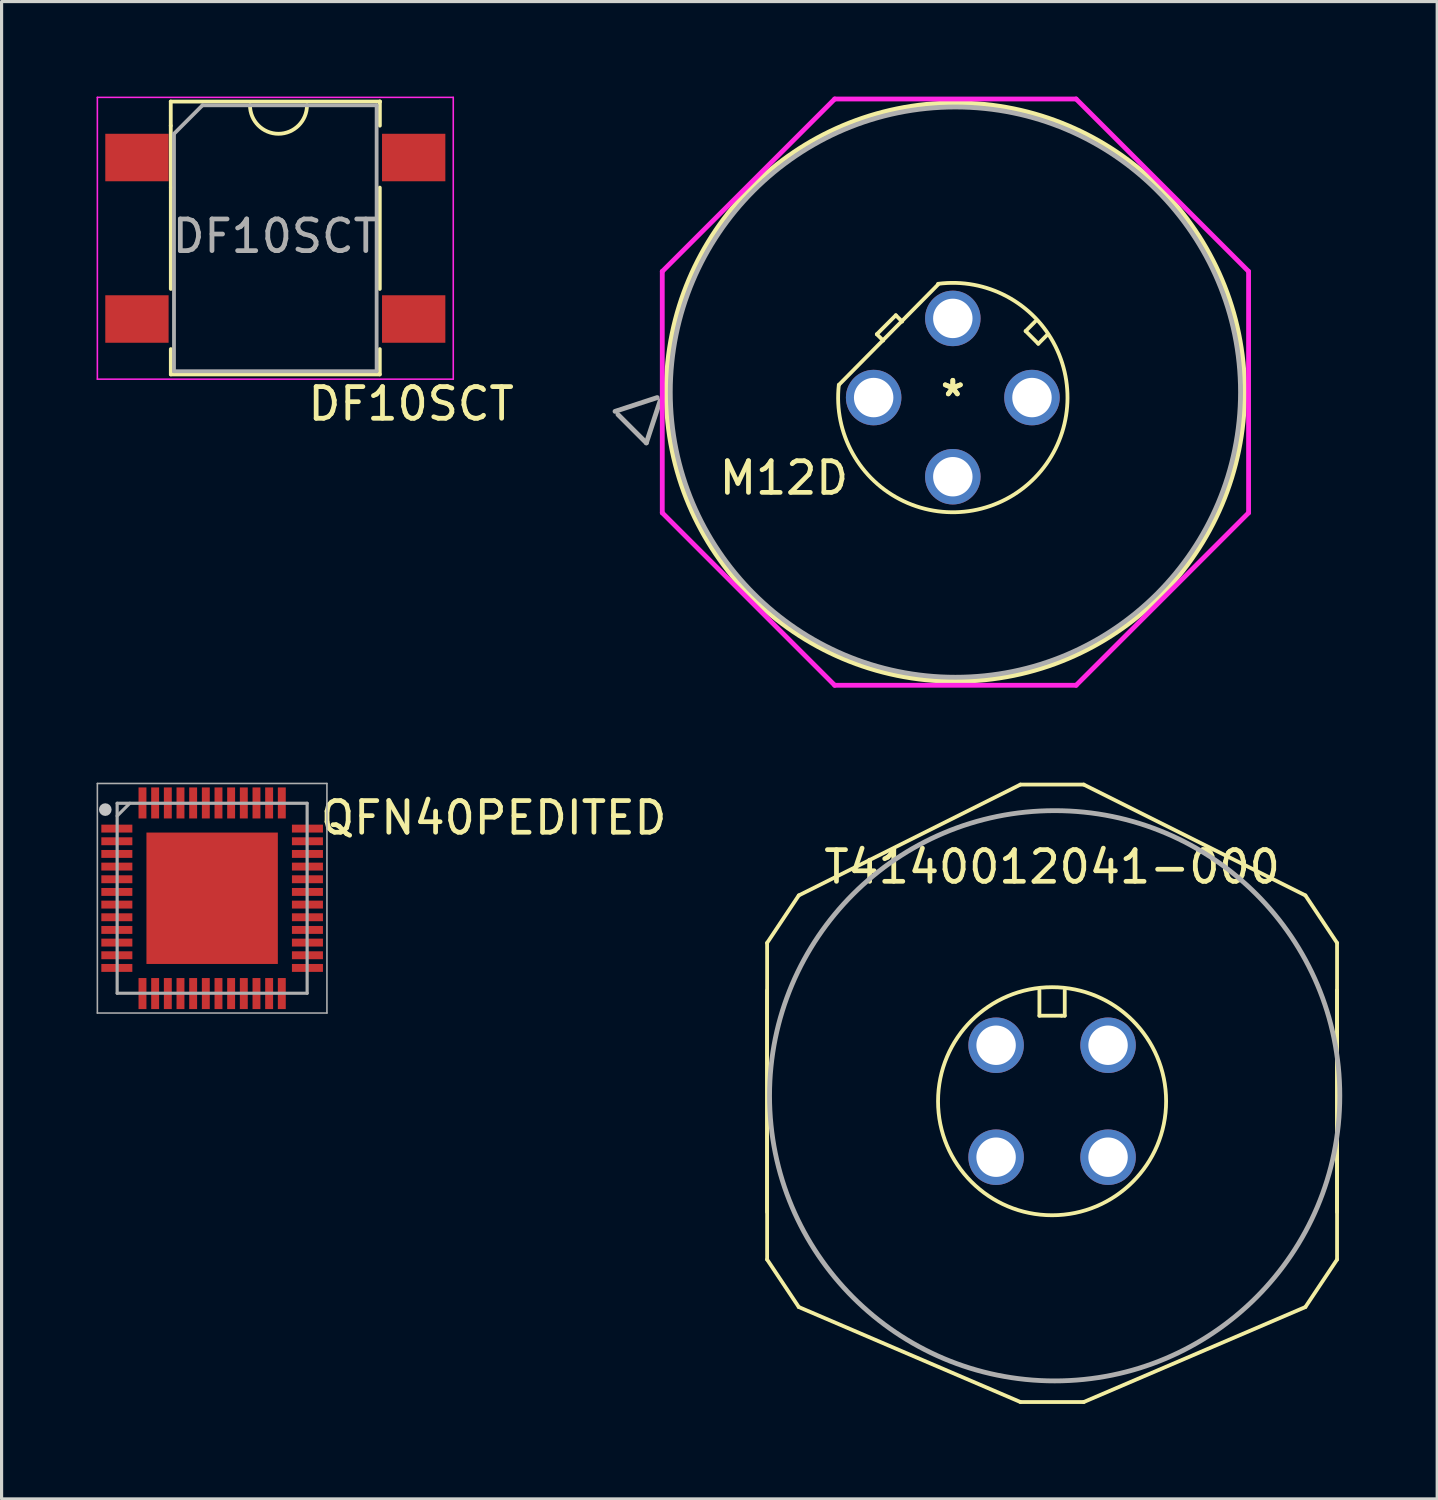
<source format=kicad_pcb>
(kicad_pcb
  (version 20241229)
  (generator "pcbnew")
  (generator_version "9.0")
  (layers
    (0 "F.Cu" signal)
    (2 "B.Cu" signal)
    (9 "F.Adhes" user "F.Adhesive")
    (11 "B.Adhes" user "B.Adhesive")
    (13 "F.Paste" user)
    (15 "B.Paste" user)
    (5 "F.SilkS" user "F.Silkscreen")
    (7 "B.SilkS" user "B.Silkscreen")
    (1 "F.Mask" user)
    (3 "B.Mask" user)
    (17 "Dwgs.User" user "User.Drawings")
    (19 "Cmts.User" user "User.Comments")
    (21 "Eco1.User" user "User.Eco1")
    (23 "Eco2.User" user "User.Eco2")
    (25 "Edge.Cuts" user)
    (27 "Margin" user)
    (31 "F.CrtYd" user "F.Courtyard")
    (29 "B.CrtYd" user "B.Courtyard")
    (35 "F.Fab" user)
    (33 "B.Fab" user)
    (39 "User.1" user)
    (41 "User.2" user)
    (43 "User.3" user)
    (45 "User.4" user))
  (footprint "M12D"
    (layer "F.Cu")
    (at 27.042 9.506)
    (property "Reference" "M12D" (at -5.334 2.54 0) (layer "F.SilkS") (effects (font (size 1 1) (thickness 0.15))))
    (attr through_hole)
    (fp_line (start -2.4 -2) (end -1.8 -2.6) (stroke (width 0.12) (type solid)) (layer "F.SilkS"))
    (fp_line (start -2.2 -1.8) (end -2.4 -2) (stroke (width 0.12) (type solid)) (layer "F.SilkS"))
    (fp_line (start -1.8 -2.6) (end -1.6 -2.4) (stroke (width 0.12) (type solid)) (layer "F.SilkS"))
    (fp_line (start -0.466 -3.57) (end -3.6 -0.4) (stroke (width 0.12) (type solid)) (layer "F.SilkS"))
    (fp_line (start 2.3 -2.1) (end 2.7 -1.7) (stroke (width 0.12) (type solid)) (layer "F.SilkS"))
    (fp_line (start 2.6 -2.4) (end 2.3 -2.1) (stroke (width 0.12) (type solid)) (layer "F.SilkS"))
    (fp_line (start 2.7 -1.7) (end 3 -2) (stroke (width 0.12) (type solid)) (layer "F.SilkS"))
    (fp_arc (start -0.468487 -3.591728) (mid 2.585523 2.536742) (end -3.599999 -0.399999) (stroke (width 0.12) (type solid)) (layer "F.SilkS"))
    (fp_circle (center 0.082 -0.172) (end 9.214 -0.172) (stroke (width 0.152) (type solid)) (fill no) (layer "F.SilkS"))
    (fp_line (start -9.176 -3.984) (end -3.73 -9.43) (stroke (width 0.152) (type solid)) (layer "F.CrtYd"))
    (fp_line (start -9.176 3.64) (end -9.176 -3.984) (stroke (width 0.152) (type solid)) (layer "F.CrtYd"))
    (fp_line (start -3.73 -9.43) (end 3.894 -9.43) (stroke (width 0.152) (type solid)) (layer "F.CrtYd"))
    (fp_line (start -3.73 9.087) (end -9.176 3.64) (stroke (width 0.152) (type solid)) (layer "F.CrtYd"))
    (fp_line (start 3.894 -9.43) (end 9.341 -3.984) (stroke (width 0.152) (type solid)) (layer "F.CrtYd"))
    (fp_line (start 3.894 9.087) (end -3.73 9.087) (stroke (width 0.152) (type solid)) (layer "F.CrtYd"))
    (fp_line (start 9.341 -3.984) (end 9.341 3.64) (stroke (width 0.152) (type solid)) (layer "F.CrtYd"))
    (fp_line (start 9.341 3.64) (end 3.894 9.087) (stroke (width 0.152) (type solid)) (layer "F.CrtYd"))
    (fp_line (start -10.668 0.436) (end -9.336 0) (stroke (width 0.152) (type solid)) (layer "F.Fab"))
    (fp_line (start -9.679 1.432) (end -10.576 0.535) (stroke (width 0.152) (type solid)) (layer "F.Fab"))
    (fp_line (start -9.243 0.099) (end -9.679 1.432) (stroke (width 0.152) (type solid)) (layer "F.Fab"))
    (fp_circle (center 0.082 -0.172) (end 9.087 -0.172) (stroke (width 0.152) (type solid)) (fill no) (layer "F.Fab"))
    (fp_text user "*" (at 0 0 0) (layer "F.SilkS") (effects (font (size 1 1) (thickness 0.15))))
    (fp_text user "*" (at 0 0 0) (layer "F.SilkS") (effects (font (size 1 1) (thickness 0.15))))
    (pad "1" thru_hole circle (at -2.5 0) (size 1.753 1.753) (drill 1.245) (layers "*.Cu" "*.Mask"))
    (pad "2" thru_hole circle (at 0 -2.5) (size 1.753 1.753) (drill 1.245) (layers "*.Cu" "*.Mask"))
    (pad "3" thru_hole circle (at 2.5 0 90) (size 1.753 1.753) (drill 1.245) (layers "*.Cu" "*.Mask"))
    (pad "4" thru_hole circle (at 0 2.5 90) (size 1.753 1.753) (drill 1.245) (layers "*.Cu" "*.Mask")))
  (footprint "DF10SCT"
    (layer "F.Cu")
    (at 5.545 4.375)
    (property "Reference" "DF10SCT" (at 4.39 5.33 180) (layer "F.SilkS") (effects (font (size 1 1) (thickness 0.15))))
    (attr through_hole)
    (fp_line (start -3.202 -4.218) (end -3.202 -3.456) (stroke (width 0.12) (type solid)) (layer "F.SilkS"))
    (fp_line (start -3.202 -4.218) (end 3.402 -4.218) (stroke (width 0.12) (type solid)) (layer "F.SilkS"))
    (fp_line (start -3.2 -1.5) (end -3.202 -3.456) (stroke (width 0.12) (type solid)) (layer "F.SilkS"))
    (fp_line (start -3.2 -1.5) (end -3.2 1.7) (stroke (width 0.12) (type solid)) (layer "F.SilkS"))
    (fp_line (start -3.2 3.6) (end -3.2 4.4) (stroke (width 0.12) (type solid)) (layer "F.SilkS"))
    (fp_line (start -3.2 4.4) (end 3.4 4.4) (stroke (width 0.12) (type solid)) (layer "F.SilkS"))
    (fp_line (start 3.4 -1.5) (end 3.4 1.7) (stroke (width 0.12) (type solid)) (layer "F.SilkS"))
    (fp_line (start 3.4 4.4) (end 3.4 3.6) (stroke (width 0.12) (type solid)) (layer "F.SilkS"))
    (fp_line (start 3.402 -4.218) (end 3.402 -4.218) (stroke (width 0.12) (type solid)) (layer "F.SilkS"))
    (fp_line (start 3.402 -3.456) (end 3.402 -4.218) (stroke (width 0.12) (type solid)) (layer "F.SilkS"))
    (fp_arc (start 1.1 -4.1) (mid 0.2 -3.2) (end -0.7 -4.1) (stroke (width 0.12) (type solid)) (layer "F.SilkS"))
    (fp_line (start -5.52 -4.35) (end -5.52 4.55) (stroke (width 0.05) (type solid)) (layer "F.CrtYd"))
    (fp_line (start -5.52 -4.35) (end 5.72 -4.35) (stroke (width 0.05) (type solid)) (layer "F.CrtYd"))
    (fp_line (start 5.72 4.55) (end -5.52 4.55) (stroke (width 0.05) (type solid)) (layer "F.CrtYd"))
    (fp_line (start 5.72 4.55) (end 5.72 -4.35) (stroke (width 0.05) (type solid)) (layer "F.CrtYd"))
    (fp_line (start -3.1 -3.2) (end -2.2 -4.1) (stroke (width 0.12) (type solid)) (layer "F.Fab"))
    (fp_line (start -3.1 4.3) (end -3.1 -3.2) (stroke (width 0.12) (type solid)) (layer "F.Fab"))
    (fp_line (start -2.2 -4.1) (end 3.3 -4.1) (stroke (width 0.12) (type solid)) (layer "F.Fab"))
    (fp_line (start 3.3 -4.1) (end 3.3 4.3) (stroke (width 0.12) (type solid)) (layer "F.Fab"))
    (fp_line (start 3.3 4.3) (end -3.1 4.3) (stroke (width 0.12) (type solid)) (layer "F.Fab"))
    (fp_text user "${REFERENCE}" (at 0.1 0.035 180) (layer "F.Fab") (effects (font (size 1 1) (thickness 0.15))))
    (pad "1" smd rect (at -4.27 -2.45) (size 2 1.5) (layers "F.Cu" "F.Mask" "F.Paste"))
    (pad "2" smd rect (at -4.27 2.65) (size 2 1.5) (layers "F.Cu" "F.Mask" "F.Paste"))
    (pad "3" smd rect (at 4.47 2.65) (size 2 1.5) (layers "F.Cu" "F.Mask" "F.Paste"))
    (pad "4" smd rect (at 4.47 -2.45) (size 2 1.5) (layers "F.Cu" "F.Mask" "F.Paste")))
  (footprint "T4140012041-000"
    (layer "F.Cu")
    (at 30.177 31.729)
    (property "Reference" "T4140012041-000" (at 0 -7.4 180) (layer "F.SilkS") (effects (font (size 1 1) (thickness 0.15))))
    (attr through_hole)
    (fp_line (start -9 -5) (end -9 5) (stroke (width 0.12) (type solid)) (layer "F.SilkS"))
    (fp_line (start -9 -5) (end -8 -6.5) (stroke (width 0.12) (type solid)) (layer "F.SilkS"))
    (fp_line (start -9 -3.5) (end -9 3.5) (stroke (width 0.12) (type solid)) (layer "F.SilkS"))
    (fp_line (start -9 5) (end -8 6.5) (stroke (width 0.12) (type solid)) (layer "F.SilkS"))
    (fp_line (start -8 6.5) (end -1 9.5) (stroke (width 0.12) (type solid)) (layer "F.SilkS"))
    (fp_line (start -1 -10) (end -8 -6.5) (stroke (width 0.12) (type solid)) (layer "F.SilkS"))
    (fp_line (start -1 -10) (end 1 -10) (stroke (width 0.12) (type solid)) (layer "F.SilkS"))
    (fp_line (start -1 9.5) (end 1 9.5) (stroke (width 0.12) (type solid)) (layer "F.SilkS"))
    (fp_line (start -0.4 -3.5) (end -0.4 -2.7) (stroke (width 0.12) (type solid)) (layer "F.SilkS"))
    (fp_line (start -0.4 -2.7) (end 0.3 -2.7) (stroke (width 0.12) (type solid)) (layer "F.SilkS"))
    (fp_line (start 0.3 -2.7) (end 0.4 -2.7) (stroke (width 0.12) (type solid)) (layer "F.SilkS"))
    (fp_line (start 0.4 -2.7) (end 0.4 -3.5) (stroke (width 0.12) (type solid)) (layer "F.SilkS"))
    (fp_line (start 1 9.5) (end 8 6.5) (stroke (width 0.12) (type solid)) (layer "F.SilkS"))
    (fp_line (start 8 -6.5) (end 1 -10) (stroke (width 0.12) (type solid)) (layer "F.SilkS"))
    (fp_line (start 9 -5) (end 8 -6.5) (stroke (width 0.12) (type solid)) (layer "F.SilkS"))
    (fp_line (start 9 -5) (end 9 -3.5) (stroke (width 0.12) (type solid)) (layer "F.SilkS"))
    (fp_line (start 9 -3.5) (end 9 3.5) (stroke (width 0.12) (type solid)) (layer "F.SilkS"))
    (fp_line (start 9 -3.5) (end 9 5) (stroke (width 0.12) (type solid)) (layer "F.SilkS"))
    (fp_line (start 9 5) (end 8 6.5) (stroke (width 0.12) (type solid)) (layer "F.SilkS"))
    (fp_circle (center 0 0) (end -3.6 -0.1) (stroke (width 0.12) (type solid)) (fill no) (layer "F.SilkS"))
    (fp_circle (center 0.082 -0.172) (end 9.087 -0.172) (stroke (width 0.152) (type solid)) (fill no) (layer "F.Fab"))
    (pad "1" thru_hole circle (at 1.768 -1.768 315) (size 1.753 1.753) (drill 1.245) (layers "*.Cu" "*.Mask"))
    (pad "2" thru_hole circle (at -1.768 -1.768 315) (size 1.753 1.753) (drill 1.245) (layers "*.Cu" "*.Mask"))
    (pad "3" thru_hole circle (at -1.768 1.768 45) (size 1.753 1.753) (drill 1.245) (layers "*.Cu" "*.Mask"))
    (pad "4" thru_hole circle (at 1.768 1.768 45) (size 1.753 1.753) (drill 1.245) (layers "*.Cu" "*.Mask")))
  (footprint "QFN40PEDITED"
    (layer "F.Cu")
    (at 3.65 25.319)
    (property "Reference" "QFN40PEDITED" (at 8.89 -2.54 0) (layer "F.SilkS") (effects (font (size 1 1) (thickness 0.15))))
    (attr smd)
    (fp_circle (center -3.375 -2.8) (end -3.275 -2.8) (stroke (width 0.2) (type solid)) (fill no) (layer "Dwgs.User"))
    (fp_line (start -3.625 -3.625) (end 3.625 -3.625) (stroke (width 0.05) (type solid)) (layer "F.Fab"))
    (fp_line (start -3.625 3.625) (end -3.625 -3.625) (stroke (width 0.05) (type solid)) (layer "F.Fab"))
    (fp_line (start -3 -3) (end 3 -3) (stroke (width 0.1) (type solid)) (layer "F.Fab"))
    (fp_line (start -3 -2.6) (end -2.6 -3) (stroke (width 0.1) (type solid)) (layer "F.Fab"))
    (fp_line (start -3 3) (end -3 -3) (stroke (width 0.1) (type solid)) (layer "F.Fab"))
    (fp_line (start 3 -3) (end 3 3) (stroke (width 0.1) (type solid)) (layer "F.Fab"))
    (fp_line (start 3 3) (end -3 3) (stroke (width 0.1) (type solid)) (layer "F.Fab"))
    (fp_line (start 3.625 -3.625) (end 3.625 3.625) (stroke (width 0.05) (type solid)) (layer "F.Fab"))
    (fp_line (start 3.625 3.625) (end -3.625 3.625) (stroke (width 0.05) (type solid)) (layer "F.Fab"))
    (pad "1" smd rect (at -3.01 -2.2) (size 0.98 0.25) (layers "F.Cu" "F.Mask" "F.Paste"))
    (pad "2" smd rect (at -3.01 -1.8) (size 0.98 0.25) (layers "F.Cu" "F.Mask" "F.Paste"))
    (pad "3" smd rect (at -3.01 -1.4) (size 0.98 0.25) (layers "F.Cu" "F.Mask" "F.Paste"))
    (pad "4" smd rect (at -3.01 -1) (size 0.98 0.25) (layers "F.Cu" "F.Mask" "F.Paste"))
    (pad "5" smd rect (at -3.01 -0.6) (size 0.98 0.25) (layers "F.Cu" "F.Mask" "F.Paste"))
    (pad "6" smd rect (at -3.01 -0.2) (size 0.98 0.25) (layers "F.Cu" "F.Mask" "F.Paste"))
    (pad "7" smd rect (at -3.01 0.2) (size 0.98 0.25) (layers "F.Cu" "F.Mask" "F.Paste"))
    (pad "8" smd rect (at -3.01 0.6) (size 0.98 0.25) (layers "F.Cu" "F.Mask" "F.Paste"))
    (pad "9" smd rect (at -3.01 1) (size 0.98 0.25) (layers "F.Cu" "F.Mask" "F.Paste"))
    (pad "10" smd rect (at -3.01 1.4) (size 0.98 0.25) (layers "F.Cu" "F.Mask" "F.Paste"))
    (pad "11" smd rect (at -3.01 1.8) (size 0.98 0.25) (layers "F.Cu" "F.Mask" "F.Paste"))
    (pad "12" smd rect (at -3.01 2.2) (size 0.98 0.25) (layers "F.Cu" "F.Mask" "F.Paste"))
    (pad "13" smd rect (at -2.2 3.01 90) (size 0.98 0.25) (layers "F.Cu" "F.Mask" "F.Paste"))
    (pad "14" smd rect (at -1.8 3.01 90) (size 0.98 0.25) (layers "F.Cu" "F.Mask" "F.Paste"))
    (pad "15" smd rect (at -1.4 3.01 90) (size 0.98 0.25) (layers "F.Cu" "F.Mask" "F.Paste"))
    (pad "16" smd rect (at -1 3.01 90) (size 0.98 0.25) (layers "F.Cu" "F.Mask" "F.Paste"))
    (pad "17" smd rect (at -0.6 3.01 90) (size 0.98 0.25) (layers "F.Cu" "F.Mask" "F.Paste"))
    (pad "18" smd rect (at -0.2 3.01 90) (size 0.98 0.25) (layers "F.Cu" "F.Mask" "F.Paste"))
    (pad "19" smd rect (at 0.2 3.01 90) (size 0.98 0.25) (layers "F.Cu" "F.Mask" "F.Paste"))
    (pad "20" smd rect (at 0.6 3.01 90) (size 0.98 0.25) (layers "F.Cu" "F.Mask" "F.Paste"))
    (pad "21" smd rect (at 1 3.01 90) (size 0.98 0.25) (layers "F.Cu" "F.Mask" "F.Paste"))
    (pad "22" smd rect (at 1.4 3.01 90) (size 0.98 0.25) (layers "F.Cu" "F.Mask" "F.Paste"))
    (pad "23" smd rect (at 1.8 3.01 90) (size 0.98 0.25) (layers "F.Cu" "F.Mask" "F.Paste"))
    (pad "24" smd rect (at 2.2 3.01 90) (size 0.98 0.25) (layers "F.Cu" "F.Mask" "F.Paste"))
    (pad "25" smd rect (at 3.01 2.2) (size 0.98 0.25) (layers "F.Cu" "F.Mask" "F.Paste"))
    (pad "26" smd rect (at 3.01 1.8) (size 0.98 0.25) (layers "F.Cu" "F.Mask" "F.Paste"))
    (pad "27" smd rect (at 3.01 1.4) (size 0.98 0.25) (layers "F.Cu" "F.Mask" "F.Paste"))
    (pad "28" smd rect (at 3.01 1) (size 0.98 0.25) (layers "F.Cu" "F.Mask" "F.Paste"))
    (pad "29" smd rect (at 3.01 0.6) (size 0.98 0.25) (layers "F.Cu" "F.Mask" "F.Paste"))
    (pad "30" smd rect (at 3.01 0.2) (size 0.98 0.25) (layers "F.Cu" "F.Mask" "F.Paste"))
    (pad "31" smd rect (at 3.01 -0.2) (size 0.98 0.25) (layers "F.Cu" "F.Mask" "F.Paste"))
    (pad "32" smd rect (at 3.01 -0.6) (size 0.98 0.25) (layers "F.Cu" "F.Mask" "F.Paste"))
    (pad "33" smd rect (at 3.01 -1) (size 0.98 0.25) (layers "F.Cu" "F.Mask" "F.Paste"))
    (pad "34" smd rect (at 3.01 -1.4) (size 0.98 0.25) (layers "F.Cu" "F.Mask" "F.Paste"))
    (pad "35" smd rect (at 3.01 -1.8) (size 0.98 0.25) (layers "F.Cu" "F.Mask" "F.Paste"))
    (pad "36" smd rect (at 3.01 -2.2) (size 0.98 0.25) (layers "F.Cu" "F.Mask" "F.Paste"))
    (pad "37" smd rect (at 2.2 -3.01 90) (size 0.98 0.25) (layers "F.Cu" "F.Mask" "F.Paste"))
    (pad "38" smd rect (at 1.8 -3.01 90) (size 0.98 0.25) (layers "F.Cu" "F.Mask" "F.Paste"))
    (pad "39" smd rect (at 1.4 -3.01 90) (size 0.98 0.25) (layers "F.Cu" "F.Mask" "F.Paste"))
    (pad "40" smd rect (at 1 -3.01 90) (size 0.98 0.25) (layers "F.Cu" "F.Mask" "F.Paste"))
    (pad "41" smd rect (at 0.6 -3.01 90) (size 0.98 0.25) (layers "F.Cu" "F.Mask" "F.Paste"))
    (pad "42" smd rect (at 0.2 -3.01 90) (size 0.98 0.25) (layers "F.Cu" "F.Mask" "F.Paste"))
    (pad "43" smd rect (at -0.2 -3.01 90) (size 0.98 0.25) (layers "F.Cu" "F.Mask" "F.Paste"))
    (pad "44" smd rect (at -0.6 -3.01 90) (size 0.98 0.25) (layers "F.Cu" "F.Mask" "F.Paste"))
    (pad "45" smd rect (at -1 -3.01 90) (size 0.98 0.25) (layers "F.Cu" "F.Mask" "F.Paste"))
    (pad "46" smd rect (at -1.4 -3.01 90) (size 0.98 0.25) (layers "F.Cu" "F.Mask" "F.Paste"))
    (pad "47" smd rect (at -1.8 -3.01 90) (size 0.98 0.25) (layers "F.Cu" "F.Mask" "F.Paste"))
    (pad "48" smd rect (at -2.2 -3.01 90) (size 0.98 0.25) (layers "F.Cu" "F.Mask" "F.Paste"))
    (pad "49" smd rect (at 0 0 90) (size 4.15 4.15) (layers "F.Cu" "F.Mask" "F.Paste")))
  (gr_rect
    (start -3 -3)
    (end 42.34 44.289)
    (stroke (width 0.1) (type default))
    (fill no)
    (layer "Edge.Cuts")))
</source>
